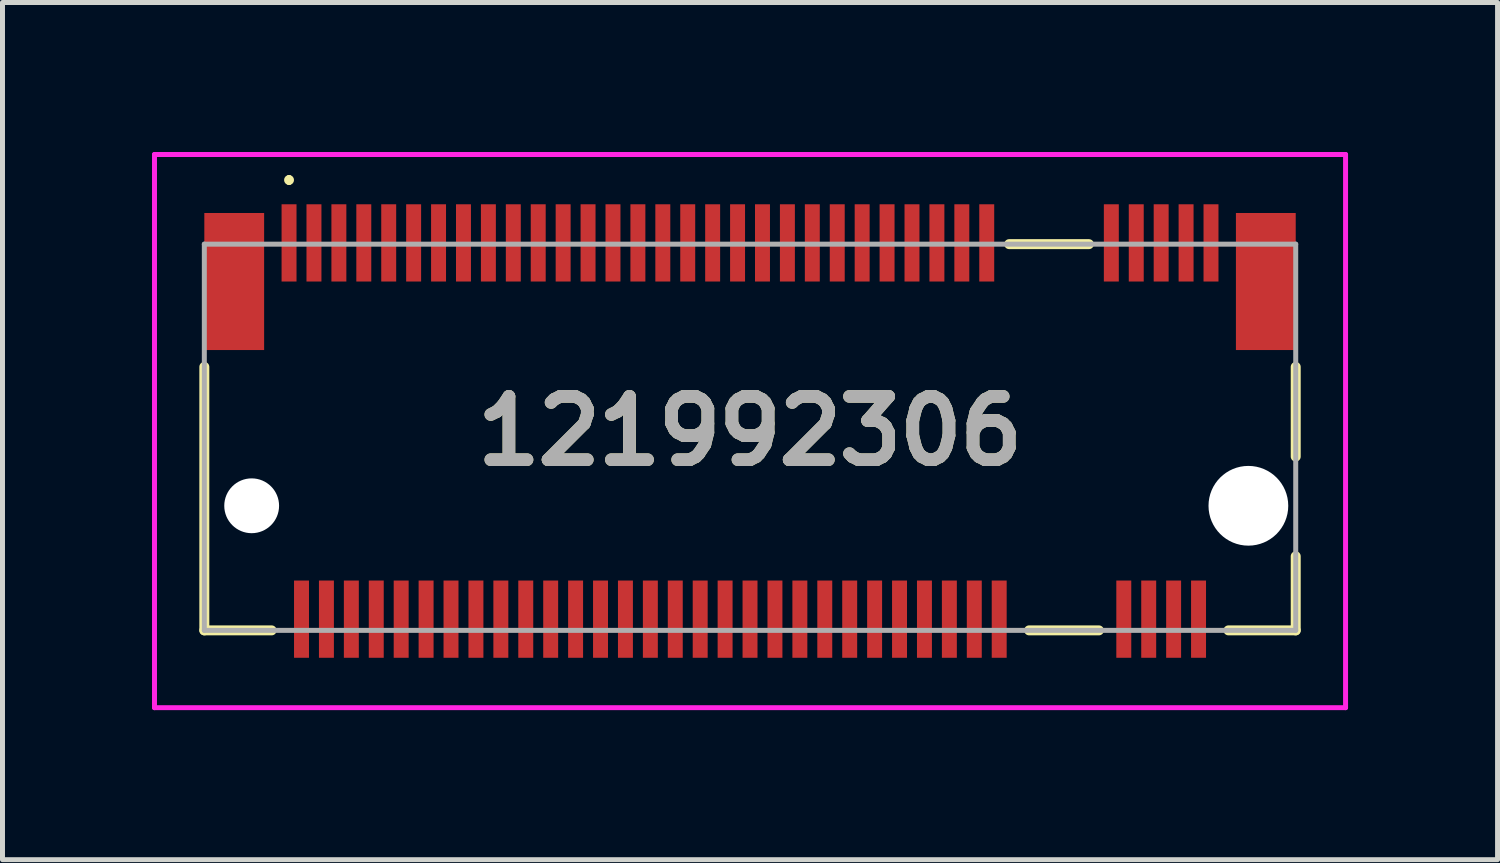
<source format=kicad_pcb>
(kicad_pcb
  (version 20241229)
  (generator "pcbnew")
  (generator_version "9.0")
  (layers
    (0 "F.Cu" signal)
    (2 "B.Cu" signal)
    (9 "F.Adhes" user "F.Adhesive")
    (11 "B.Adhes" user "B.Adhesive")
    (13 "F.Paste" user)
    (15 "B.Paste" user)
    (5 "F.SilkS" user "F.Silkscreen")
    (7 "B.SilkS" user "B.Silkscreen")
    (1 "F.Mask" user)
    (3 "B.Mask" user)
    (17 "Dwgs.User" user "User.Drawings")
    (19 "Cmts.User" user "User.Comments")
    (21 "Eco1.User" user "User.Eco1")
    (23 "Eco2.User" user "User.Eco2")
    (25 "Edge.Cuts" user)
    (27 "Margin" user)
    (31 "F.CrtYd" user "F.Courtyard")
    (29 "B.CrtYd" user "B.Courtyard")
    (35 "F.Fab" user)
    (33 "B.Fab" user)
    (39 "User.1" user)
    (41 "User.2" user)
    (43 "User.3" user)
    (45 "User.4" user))
  (footprint "121992306"
    (layer "F.Cu")
    (at 12 5.712)
    (property "Reference" "121992306" (at 0 -0.112 0) (layer "F.SilkS") (effects (font (size 1.27 1.27) (thickness 0.254))))
    (attr through_hole)
    (fp_line (start -10.95 -1.4) (end -10.95 3.887) (stroke (width 0.2) (type solid)) (layer "F.SilkS"))
    (fp_line (start -10.95 3.887) (end -9.6 3.887) (stroke (width 0.2) (type solid)) (layer "F.SilkS"))
    (fp_line (start -9.25 -5.2) (end -9.25 -5.2) (stroke (width 0.1) (type solid)) (layer "F.SilkS"))
    (fp_line (start -9.25 -5.1) (end -9.25 -5.1) (stroke (width 0.1) (type solid)) (layer "F.SilkS"))
    (fp_line (start 5.2 -3.863) (end 6.8 -3.863) (stroke (width 0.2) (type solid)) (layer "F.SilkS"))
    (fp_line (start 5.6 3.887) (end 7 3.887) (stroke (width 0.2) (type solid)) (layer "F.SilkS"))
    (fp_line (start 9.6 3.887) (end 10.95 3.887) (stroke (width 0.2) (type solid)) (layer "F.SilkS"))
    (fp_line (start 10.95 0.4) (end 10.95 -1.4) (stroke (width 0.2) (type solid)) (layer "F.SilkS"))
    (fp_line (start 10.95 3.887) (end 10.95 2.4) (stroke (width 0.2) (type solid)) (layer "F.SilkS"))
    (fp_arc (start -9.25 -5.2) (mid -9.2 -5.15) (end -9.25 -5.1) (stroke (width 0.1) (type solid)) (layer "F.SilkS"))
    (fp_arc (start -9.25 -5.1) (mid -9.3 -5.15) (end -9.25 -5.2) (stroke (width 0.1) (type solid)) (layer "F.SilkS"))
    (fp_line (start -11.95 -5.662) (end 11.95 -5.662) (stroke (width 0.1) (type solid)) (layer "F.CrtYd"))
    (fp_line (start -11.95 5.438) (end -11.95 -5.662) (stroke (width 0.1) (type solid)) (layer "F.CrtYd"))
    (fp_line (start 11.95 -5.662) (end 11.95 5.438) (stroke (width 0.1) (type solid)) (layer "F.CrtYd"))
    (fp_line (start 11.95 5.438) (end -11.95 5.438) (stroke (width 0.1) (type solid)) (layer "F.CrtYd"))
    (fp_line (start -10.95 -3.863) (end 10.95 -3.863) (stroke (width 0.1) (type solid)) (layer "F.Fab"))
    (fp_line (start -10.95 3.887) (end -10.95 -3.863) (stroke (width 0.1) (type solid)) (layer "F.Fab"))
    (fp_line (start 10.95 -3.863) (end 10.95 3.887) (stroke (width 0.1) (type solid)) (layer "F.Fab"))
    (fp_line (start 10.95 3.887) (end -10.95 3.887) (stroke (width 0.1) (type solid)) (layer "F.Fab"))
    (fp_text user "${REFERENCE}" (at 0 -0.112 0) (layer "F.Fab") (effects (font (size 1.27 1.27) (thickness 0.254))))
    (pad "" np_thru_hole circle (at -10 1.387) (size 1.1 1.1) (drill 1.1) (layers "*.Cu" "*.Mask"))
    (pad "" np_thru_hole circle (at 10 1.387) (size 1.6 1.6) (drill 1.6) (layers "*.Cu" "*.Mask"))
    (pad "1" smd rect (at -9.25 -3.888) (size 0.3 1.55) (layers "F.Cu" "F.Mask" "F.Paste"))
    (pad "2" smd rect (at -9 3.662) (size 0.3 1.55) (layers "F.Cu" "F.Mask" "F.Paste"))
    (pad "3" smd rect (at -8.75 -3.888) (size 0.3 1.55) (layers "F.Cu" "F.Mask" "F.Paste"))
    (pad "4" smd rect (at -8.5 3.662) (size 0.3 1.55) (layers "F.Cu" "F.Mask" "F.Paste"))
    (pad "5" smd rect (at -8.25 -3.888) (size 0.3 1.55) (layers "F.Cu" "F.Mask" "F.Paste"))
    (pad "6" smd rect (at -8 3.662) (size 0.3 1.55) (layers "F.Cu" "F.Mask" "F.Paste"))
    (pad "7" smd rect (at -7.75 -3.888) (size 0.3 1.55) (layers "F.Cu" "F.Mask" "F.Paste"))
    (pad "8" smd rect (at -7.5 3.662) (size 0.3 1.55) (layers "F.Cu" "F.Mask" "F.Paste"))
    (pad "9" smd rect (at -7.25 -3.888) (size 0.3 1.55) (layers "F.Cu" "F.Mask" "F.Paste"))
    (pad "10" smd rect (at -7 3.662) (size 0.3 1.55) (layers "F.Cu" "F.Mask" "F.Paste"))
    (pad "11" smd rect (at -6.75 -3.888) (size 0.3 1.55) (layers "F.Cu" "F.Mask" "F.Paste"))
    (pad "12" smd rect (at -6.5 3.662) (size 0.3 1.55) (layers "F.Cu" "F.Mask" "F.Paste"))
    (pad "13" smd rect (at -6.25 -3.888) (size 0.3 1.55) (layers "F.Cu" "F.Mask" "F.Paste"))
    (pad "14" smd rect (at -6 3.662) (size 0.3 1.55) (layers "F.Cu" "F.Mask" "F.Paste"))
    (pad "15" smd rect (at -5.75 -3.888) (size 0.3 1.55) (layers "F.Cu" "F.Mask" "F.Paste"))
    (pad "16" smd rect (at -5.5 3.662) (size 0.3 1.55) (layers "F.Cu" "F.Mask" "F.Paste"))
    (pad "17" smd rect (at -5.25 -3.888) (size 0.3 1.55) (layers "F.Cu" "F.Mask" "F.Paste"))
    (pad "18" smd rect (at -5 3.662) (size 0.3 1.55) (layers "F.Cu" "F.Mask" "F.Paste"))
    (pad "19" smd rect (at -4.75 -3.888) (size 0.3 1.55) (layers "F.Cu" "F.Mask" "F.Paste"))
    (pad "20" smd rect (at -4.5 3.662) (size 0.3 1.55) (layers "F.Cu" "F.Mask" "F.Paste"))
    (pad "21" smd rect (at -4.25 -3.888) (size 0.3 1.55) (layers "F.Cu" "F.Mask" "F.Paste"))
    (pad "22" smd rect (at -4 3.662) (size 0.3 1.55) (layers "F.Cu" "F.Mask" "F.Paste"))
    (pad "23" smd rect (at -3.75 -3.888) (size 0.3 1.55) (layers "F.Cu" "F.Mask" "F.Paste"))
    (pad "24" smd rect (at -3.5 3.662) (size 0.3 1.55) (layers "F.Cu" "F.Mask" "F.Paste"))
    (pad "25" smd rect (at -3.25 -3.888) (size 0.3 1.55) (layers "F.Cu" "F.Mask" "F.Paste"))
    (pad "26" smd rect (at -3 3.662) (size 0.3 1.55) (layers "F.Cu" "F.Mask" "F.Paste"))
    (pad "27" smd rect (at -2.75 -3.888) (size 0.3 1.55) (layers "F.Cu" "F.Mask" "F.Paste"))
    (pad "28" smd rect (at -2.5 3.662) (size 0.3 1.55) (layers "F.Cu" "F.Mask" "F.Paste"))
    (pad "29" smd rect (at -2.25 -3.888) (size 0.3 1.55) (layers "F.Cu" "F.Mask" "F.Paste"))
    (pad "30" smd rect (at -2 3.662) (size 0.3 1.55) (layers "F.Cu" "F.Mask" "F.Paste"))
    (pad "31" smd rect (at -1.75 -3.888) (size 0.3 1.55) (layers "F.Cu" "F.Mask" "F.Paste"))
    (pad "32" smd rect (at -1.5 3.662) (size 0.3 1.55) (layers "F.Cu" "F.Mask" "F.Paste"))
    (pad "33" smd rect (at -1.25 -3.888) (size 0.3 1.55) (layers "F.Cu" "F.Mask" "F.Paste"))
    (pad "34" smd rect (at -1 3.662) (size 0.3 1.55) (layers "F.Cu" "F.Mask" "F.Paste"))
    (pad "35" smd rect (at -0.75 -3.888) (size 0.3 1.55) (layers "F.Cu" "F.Mask" "F.Paste"))
    (pad "36" smd rect (at -0.5 3.662) (size 0.3 1.55) (layers "F.Cu" "F.Mask" "F.Paste"))
    (pad "37" smd rect (at -0.25 -3.888) (size 0.3 1.55) (layers "F.Cu" "F.Mask" "F.Paste"))
    (pad "38" smd rect (at 0 3.662) (size 0.3 1.55) (layers "F.Cu" "F.Mask" "F.Paste"))
    (pad "39" smd rect (at 0.25 -3.888) (size 0.3 1.55) (layers "F.Cu" "F.Mask" "F.Paste"))
    (pad "40" smd rect (at 0.5 3.662) (size 0.3 1.55) (layers "F.Cu" "F.Mask" "F.Paste"))
    (pad "41" smd rect (at 0.75 -3.888) (size 0.3 1.55) (layers "F.Cu" "F.Mask" "F.Paste"))
    (pad "42" smd rect (at 1 3.662) (size 0.3 1.55) (layers "F.Cu" "F.Mask" "F.Paste"))
    (pad "43" smd rect (at 1.25 -3.888) (size 0.3 1.55) (layers "F.Cu" "F.Mask" "F.Paste"))
    (pad "44" smd rect (at 1.5 3.662) (size 0.3 1.55) (layers "F.Cu" "F.Mask" "F.Paste"))
    (pad "45" smd rect (at 1.75 -3.888) (size 0.3 1.55) (layers "F.Cu" "F.Mask" "F.Paste"))
    (pad "46" smd rect (at 2 3.662) (size 0.3 1.55) (layers "F.Cu" "F.Mask" "F.Paste"))
    (pad "47" smd rect (at 2.25 -3.888) (size 0.3 1.55) (layers "F.Cu" "F.Mask" "F.Paste"))
    (pad "48" smd rect (at 2.5 3.662) (size 0.3 1.55) (layers "F.Cu" "F.Mask" "F.Paste"))
    (pad "49" smd rect (at 2.75 -3.888) (size 0.3 1.55) (layers "F.Cu" "F.Mask" "F.Paste"))
    (pad "50" smd rect (at 3 3.662) (size 0.3 1.55) (layers "F.Cu" "F.Mask" "F.Paste"))
    (pad "51" smd rect (at 3.25 -3.888) (size 0.3 1.55) (layers "F.Cu" "F.Mask" "F.Paste"))
    (pad "52" smd rect (at 3.5 3.662) (size 0.3 1.55) (layers "F.Cu" "F.Mask" "F.Paste"))
    (pad "53" smd rect (at 3.75 -3.888) (size 0.3 1.55) (layers "F.Cu" "F.Mask" "F.Paste"))
    (pad "54" smd rect (at 4 3.662) (size 0.3 1.55) (layers "F.Cu" "F.Mask" "F.Paste"))
    (pad "55" smd rect (at 4.25 -3.888) (size 0.3 1.55) (layers "F.Cu" "F.Mask" "F.Paste"))
    (pad "56" smd rect (at 4.5 3.662) (size 0.3 1.55) (layers "F.Cu" "F.Mask" "F.Paste"))
    (pad "57" smd rect (at 4.75 -3.888) (size 0.3 1.55) (layers "F.Cu" "F.Mask" "F.Paste"))
    (pad "58" smd rect (at 5 3.662) (size 0.3 1.55) (layers "F.Cu" "F.Mask" "F.Paste"))
    (pad "67" smd rect (at 7.25 -3.888) (size 0.3 1.55) (layers "F.Cu" "F.Mask" "F.Paste"))
    (pad "68" smd rect (at 7.5 3.662) (size 0.3 1.55) (layers "F.Cu" "F.Mask" "F.Paste"))
    (pad "69" smd rect (at 7.75 -3.888) (size 0.3 1.55) (layers "F.Cu" "F.Mask" "F.Paste"))
    (pad "70" smd rect (at 8 3.662) (size 0.3 1.55) (layers "F.Cu" "F.Mask" "F.Paste"))
    (pad "71" smd rect (at 8.25 -3.888) (size 0.3 1.55) (layers "F.Cu" "F.Mask" "F.Paste"))
    (pad "72" smd rect (at 8.5 3.662) (size 0.3 1.55) (layers "F.Cu" "F.Mask" "F.Paste"))
    (pad "73" smd rect (at 8.75 -3.888) (size 0.3 1.55) (layers "F.Cu" "F.Mask" "F.Paste"))
    (pad "74" smd rect (at 9 3.662) (size 0.3 1.55) (layers "F.Cu" "F.Mask" "F.Paste"))
    (pad "75" smd rect (at 9.25 -3.888) (size 0.3 1.55) (layers "F.Cu" "F.Mask" "F.Paste"))
    (pad "76" smd rect (at -10.35 -3.113) (size 1.2 2.75) (layers "F.Cu" "F.Mask" "F.Paste"))
    (pad "77" smd rect (at 10.35 -3.113) (size 1.2 2.75) (layers "F.Cu" "F.Mask" "F.Paste")))
  (gr_rect
    (start -3 -3)
    (end 27 14.2)
    (stroke (width 0.1) (type default))
    (fill no)
    (layer "Edge.Cuts")))
</source>
